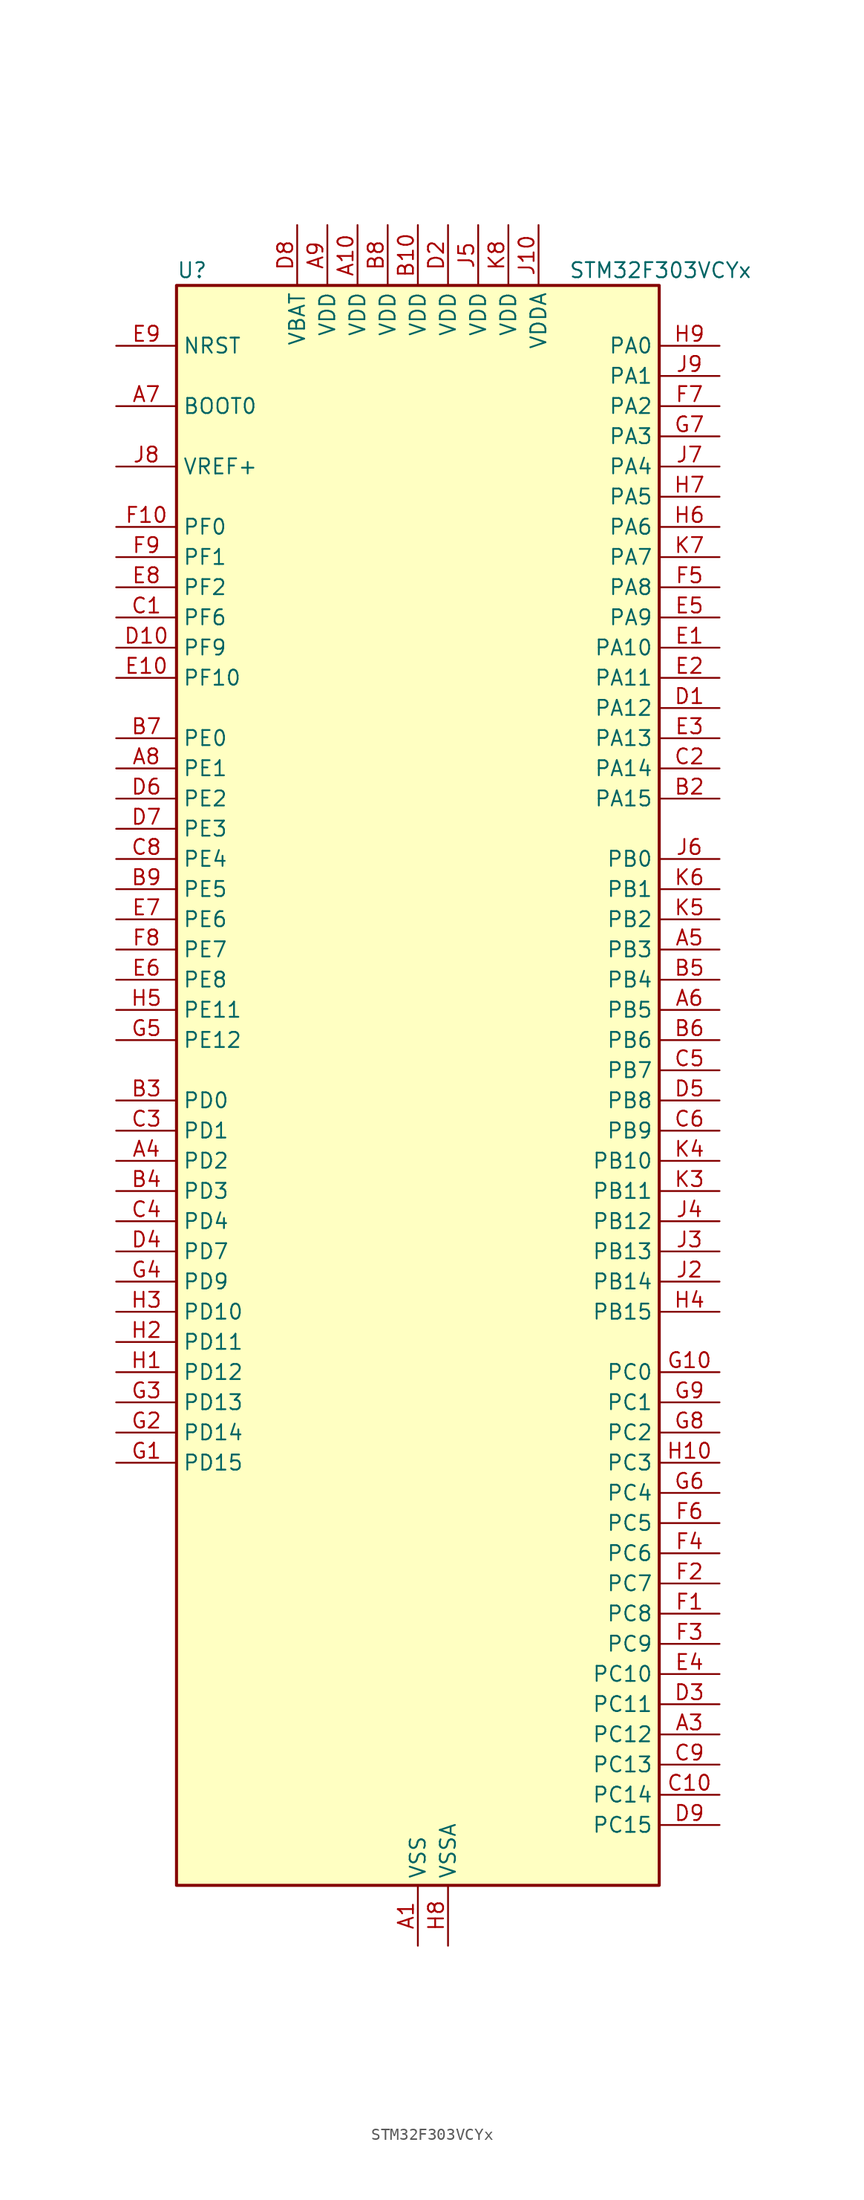
<source format=kicad_sym>
(kicad_symbol_lib
  (version 20241209)
  (generator "kicad_symbol_editor")
  (generator_version "9.0")
  (symbol "STM32F303VCYx"
    (property "Reference" "U"
      (at -20.32 69.85 0)
      (effects (font (size 1.27 1.27)) (justify left)))
    (property "Value" "STM32F303VCYx"
      (at 12.7 69.85 0)
      (effects (font (size 1.27 1.27)) (justify left)))
    (symbol "STM32F303VCYx_0_1"
      (rectangle (start -20.32 -66.04) (end 20.32 68.58) (stroke (width 0.254) (type default)) (fill (type background))))
    (symbol "STM32F303VCYx_1_1"
      (pin input line (at -25.4 63.5 0) (length 5.08) (name "NRST" (effects (font (size 1.27 1.27)))) (number "E9" (effects (font (size 1.27 1.27)))))
      (pin input line (at -25.4 58.42 0) (length 5.08) (name "BOOT0" (effects (font (size 1.27 1.27)))) (number "A7" (effects (font (size 1.27 1.27)))))
      (pin input line (at -25.4 53.34 0) (length 5.08) (name "VREF+" (effects (font (size 1.27 1.27)))) (number "J8" (effects (font (size 1.27 1.27)))))
      (pin bidirectional line (at -25.4 48.26 0) (length 5.08) (name "PF0" (effects (font (size 1.27 1.27)))) (number "F10" (effects (font (size 1.27 1.27)))) (alternate "I2C2_SDA" bidirectional line) (alternate "RCC_OSC_IN" bidirectional line) (alternate "TIM1_CH3N" bidirectional line))
      (pin bidirectional line (at -25.4 45.72 0) (length 5.08) (name "PF1" (effects (font (size 1.27 1.27)))) (number "F9" (effects (font (size 1.27 1.27)))) (alternate "I2C2_SCL" bidirectional line) (alternate "RCC_OSC_OUT" bidirectional line))
      (pin bidirectional line (at -25.4 43.18 0) (length 5.08) (name "PF2" (effects (font (size 1.27 1.27)))) (number "E8" (effects (font (size 1.27 1.27)))) (alternate "ADC1_IN10" bidirectional line) (alternate "ADC2_IN10" bidirectional line) (alternate "ADC3_EXTI2" bidirectional line) (alternate "ADC4_EXTI2" bidirectional line))
      (pin bidirectional line (at -25.4 40.64 0) (length 5.08) (name "PF6" (effects (font (size 1.27 1.27)))) (number "C1" (effects (font (size 1.27 1.27)))) (alternate "I2C2_SCL" bidirectional line) (alternate "TIM4_CH4" bidirectional line) (alternate "USART3_DE" bidirectional line) (alternate "USART3_RTS" bidirectional line))
      (pin bidirectional line (at -25.4 38.1 0) (length 5.08) (name "PF9" (effects (font (size 1.27 1.27)))) (number "D10" (effects (font (size 1.27 1.27)))) (alternate "DAC_EXTI9" bidirectional line) (alternate "SPI2_SCK" bidirectional line) (alternate "TIM15_CH1" bidirectional line))
      (pin bidirectional line (at -25.4 35.56 0) (length 5.08) (name "PF10" (effects (font (size 1.27 1.27)))) (number "E10" (effects (font (size 1.27 1.27)))) (alternate "SPI2_SCK" bidirectional line) (alternate "TIM15_CH2" bidirectional line))
      (pin bidirectional line (at -25.4 30.48 0) (length 5.08) (name "PE0" (effects (font (size 1.27 1.27)))) (number "B7" (effects (font (size 1.27 1.27)))) (alternate "TIM16_CH1" bidirectional line) (alternate "TIM4_ETR" bidirectional line) (alternate "USART1_TX" bidirectional line))
      (pin bidirectional line (at -25.4 27.94 0) (length 5.08) (name "PE1" (effects (font (size 1.27 1.27)))) (number "A8" (effects (font (size 1.27 1.27)))) (alternate "TIM17_CH1" bidirectional line) (alternate "USART1_RX" bidirectional line))
      (pin bidirectional line (at -25.4 25.4 0) (length 5.08) (name "PE2" (effects (font (size 1.27 1.27)))) (number "D6" (effects (font (size 1.27 1.27)))) (alternate "ADC3_EXTI2" bidirectional line) (alternate "ADC4_EXTI2" bidirectional line) (alternate "SYS_TRACECK" bidirectional line) (alternate "TIM3_CH1" bidirectional line) (alternate "TSC_G7_IO1" bidirectional line))
      (pin bidirectional line (at -25.4 22.86 0) (length 5.08) (name "PE3" (effects (font (size 1.27 1.27)))) (number "D7" (effects (font (size 1.27 1.27)))) (alternate "SYS_TRACED0" bidirectional line) (alternate "TIM3_CH2" bidirectional line) (alternate "TSC_G7_IO2" bidirectional line))
      (pin bidirectional line (at -25.4 20.32 0) (length 5.08) (name "PE4" (effects (font (size 1.27 1.27)))) (number "C8" (effects (font (size 1.27 1.27)))) (alternate "SYS_TRACED1" bidirectional line) (alternate "TIM3_CH3" bidirectional line) (alternate "TSC_G7_IO3" bidirectional line))
      (pin bidirectional line (at -25.4 17.78 0) (length 5.08) (name "PE5" (effects (font (size 1.27 1.27)))) (number "B9" (effects (font (size 1.27 1.27)))) (alternate "SYS_TRACED2" bidirectional line) (alternate "TIM3_CH4" bidirectional line) (alternate "TSC_G7_IO4" bidirectional line))
      (pin bidirectional line (at -25.4 15.24 0) (length 5.08) (name "PE6" (effects (font (size 1.27 1.27)))) (number "E7" (effects (font (size 1.27 1.27)))) (alternate "RTC_TAMP3" bidirectional line) (alternate "SYS_TRACED3" bidirectional line) (alternate "SYS_WKUP3" bidirectional line))
      (pin bidirectional line (at -25.4 12.7 0) (length 5.08) (name "PE7" (effects (font (size 1.27 1.27)))) (number "F8" (effects (font (size 1.27 1.27)))) (alternate "ADC3_IN13" bidirectional line) (alternate "COMP4_INP" bidirectional line) (alternate "TIM1_ETR" bidirectional line))
      (pin bidirectional line (at -25.4 10.16 0) (length 5.08) (name "PE8" (effects (font (size 1.27 1.27)))) (number "E6" (effects (font (size 1.27 1.27)))) (alternate "ADC3_IN6" bidirectional line) (alternate "ADC4_IN6" bidirectional line) (alternate "COMP4_INM" bidirectional line) (alternate "TIM1_CH1N" bidirectional line))
      (pin bidirectional line (at -25.4 7.62 0) (length 5.08) (name "PE11" (effects (font (size 1.27 1.27)))) (number "H5" (effects (font (size 1.27 1.27)))) (alternate "ADC1_EXTI11" bidirectional line) (alternate "ADC2_EXTI11" bidirectional line) (alternate "ADC3_IN15" bidirectional line) (alternate "TIM1_CH2" bidirectional line))
      (pin bidirectional line (at -25.4 5.08 0) (length 5.08) (name "PE12" (effects (font (size 1.27 1.27)))) (number "G5" (effects (font (size 1.27 1.27)))) (alternate "ADC3_IN16" bidirectional line) (alternate "TIM1_CH3N" bidirectional line))
      (pin bidirectional line (at -25.4 0 0) (length 5.08) (name "PD0" (effects (font (size 1.27 1.27)))) (number "B3" (effects (font (size 1.27 1.27)))) (alternate "CAN_RX" bidirectional line))
      (pin bidirectional line (at -25.4 -2.54 0) (length 5.08) (name "PD1" (effects (font (size 1.27 1.27)))) (number "C3" (effects (font (size 1.27 1.27)))) (alternate "CAN_TX" bidirectional line) (alternate "TIM8_BKIN2" bidirectional line) (alternate "TIM8_CH4" bidirectional line))
      (pin bidirectional line (at -25.4 -5.08 0) (length 5.08) (name "PD2" (effects (font (size 1.27 1.27)))) (number "A4" (effects (font (size 1.27 1.27)))) (alternate "ADC3_EXTI2" bidirectional line) (alternate "ADC4_EXTI2" bidirectional line) (alternate "TIM3_ETR" bidirectional line) (alternate "TIM8_BKIN" bidirectional line) (alternate "UART5_RX" bidirectional line))
      (pin bidirectional line (at -25.4 -7.62 0) (length 5.08) (name "PD3" (effects (font (size 1.27 1.27)))) (number "B4" (effects (font (size 1.27 1.27)))) (alternate "TIM2_CH1" bidirectional line) (alternate "TIM2_ETR" bidirectional line) (alternate "USART2_CTS" bidirectional line))
      (pin bidirectional line (at -25.4 -10.16 0) (length 5.08) (name "PD4" (effects (font (size 1.27 1.27)))) (number "C4" (effects (font (size 1.27 1.27)))) (alternate "TIM2_CH2" bidirectional line) (alternate "USART2_DE" bidirectional line) (alternate "USART2_RTS" bidirectional line))
      (pin bidirectional line (at -25.4 -12.7 0) (length 5.08) (name "PD7" (effects (font (size 1.27 1.27)))) (number "D4" (effects (font (size 1.27 1.27)))) (alternate "TIM2_CH3" bidirectional line) (alternate "USART2_CK" bidirectional line))
      (pin bidirectional line (at -25.4 -15.24 0) (length 5.08) (name "PD9" (effects (font (size 1.27 1.27)))) (number "G4" (effects (font (size 1.27 1.27)))) (alternate "ADC4_IN13" bidirectional line) (alternate "DAC_EXTI9" bidirectional line) (alternate "USART3_RX" bidirectional line))
      (pin bidirectional line (at -25.4 -17.78 0) (length 5.08) (name "PD10" (effects (font (size 1.27 1.27)))) (number "H3" (effects (font (size 1.27 1.27)))) (alternate "ADC3_IN7" bidirectional line) (alternate "ADC4_IN7" bidirectional line) (alternate "COMP6_INM" bidirectional line) (alternate "USART3_CK" bidirectional line))
      (pin bidirectional line (at -25.4 -20.32 0) (length 5.08) (name "PD11" (effects (font (size 1.27 1.27)))) (number "H2" (effects (font (size 1.27 1.27)))) (alternate "ADC1_EXTI11" bidirectional line) (alternate "ADC2_EXTI11" bidirectional line) (alternate "ADC3_IN8" bidirectional line) (alternate "ADC4_IN8" bidirectional line) (alternate "COMP6_INP" bidirectional line) (alternate "OPAMP4_VINP" bidirectional line) (alternate "OPAMP4_VINP_SEC" bidirectional line) (alternate "USART3_CTS" bidirectional line))
      (pin bidirectional line (at -25.4 -22.86 0) (length 5.08) (name "PD12" (effects (font (size 1.27 1.27)))) (number "H1" (effects (font (size 1.27 1.27)))) (alternate "ADC3_IN9" bidirectional line) (alternate "ADC4_IN9" bidirectional line) (alternate "COMP5_INP" bidirectional line) (alternate "TIM4_CH1" bidirectional line) (alternate "TSC_G8_IO1" bidirectional line) (alternate "USART3_DE" bidirectional line) (alternate "USART3_RTS" bidirectional line))
      (pin bidirectional line (at -25.4 -25.4 0) (length 5.08) (name "PD13" (effects (font (size 1.27 1.27)))) (number "G3" (effects (font (size 1.27 1.27)))) (alternate "ADC3_IN10" bidirectional line) (alternate "ADC4_IN10" bidirectional line) (alternate "COMP5_INM" bidirectional line) (alternate "TIM4_CH2" bidirectional line) (alternate "TSC_G8_IO2" bidirectional line))
      (pin bidirectional line (at -25.4 -27.94 0) (length 5.08) (name "PD14" (effects (font (size 1.27 1.27)))) (number "G2" (effects (font (size 1.27 1.27)))) (alternate "ADC3_IN11" bidirectional line) (alternate "ADC4_IN11" bidirectional line) (alternate "COMP3_INP" bidirectional line) (alternate "OPAMP2_VINP" bidirectional line) (alternate "OPAMP2_VINP_SEC" bidirectional line) (alternate "TIM4_CH3" bidirectional line) (alternate "TSC_G8_IO3" bidirectional line))
      (pin bidirectional line (at -25.4 -30.48 0) (length 5.08) (name "PD15" (effects (font (size 1.27 1.27)))) (number "G1" (effects (font (size 1.27 1.27)))) (alternate "ADC1_EXTI15" bidirectional line) (alternate "ADC2_EXTI15" bidirectional line) (alternate "COMP3_INM" bidirectional line) (alternate "SPI2_NSS" bidirectional line) (alternate "TIM4_CH4" bidirectional line) (alternate "TSC_G8_IO4" bidirectional line))
      (pin power_in line (at -10.16 73.66 270) (length 5.08) (name "VBAT" (effects (font (size 1.27 1.27)))) (number "D8" (effects (font (size 1.27 1.27)))))
      (pin power_in line (at -7.62 73.66 270) (length 5.08) (name "VDD" (effects (font (size 1.27 1.27)))) (number "A9" (effects (font (size 1.27 1.27)))))
      (pin power_in line (at -5.08 73.66 270) (length 5.08) (name "VDD" (effects (font (size 1.27 1.27)))) (number "A10" (effects (font (size 1.27 1.27)))))
      (pin power_in line (at -2.54 73.66 270) (length 5.08) (name "VDD" (effects (font (size 1.27 1.27)))) (number "B8" (effects (font (size 1.27 1.27)))))
      (pin power_in line (at 0 73.66 270) (length 5.08) (name "VDD" (effects (font (size 1.27 1.27)))) (number "B10" (effects (font (size 1.27 1.27)))))
      (pin power_in line (at 0 -71.12 90) (length 5.08) (name "VSS" (effects (font (size 1.27 1.27)))) (number "A1" (effects (font (size 1.27 1.27)))))
      (pin passive line (at 0 -71.12 90) (length 5.08) (hide yes) (name "VSS" (effects (font (size 1.27 1.27)))) (number "A2" (effects (font (size 1.27 1.27)))))
      (pin passive line (at 0 -71.12 90) (length 5.08) (hide yes) (name "VSS" (effects (font (size 1.27 1.27)))) (number "B1" (effects (font (size 1.27 1.27)))))
      (pin passive line (at 0 -71.12 90) (length 5.08) (hide yes) (name "VSS" (effects (font (size 1.27 1.27)))) (number "C7" (effects (font (size 1.27 1.27)))))
      (pin passive line (at 0 -71.12 90) (length 5.08) (hide yes) (name "VSS" (effects (font (size 1.27 1.27)))) (number "J1" (effects (font (size 1.27 1.27)))))
      (pin passive line (at 0 -71.12 90) (length 5.08) (hide yes) (name "VSS" (effects (font (size 1.27 1.27)))) (number "K1" (effects (font (size 1.27 1.27)))))
      (pin passive line (at 0 -71.12 90) (length 5.08) (hide yes) (name "VSS" (effects (font (size 1.27 1.27)))) (number "K10" (effects (font (size 1.27 1.27)))))
      (pin passive line (at 0 -71.12 90) (length 5.08) (hide yes) (name "VSS" (effects (font (size 1.27 1.27)))) (number "K2" (effects (font (size 1.27 1.27)))))
      (pin passive line (at 0 -71.12 90) (length 5.08) (hide yes) (name "VSS" (effects (font (size 1.27 1.27)))) (number "K9" (effects (font (size 1.27 1.27)))))
      (pin power_in line (at 2.54 73.66 270) (length 5.08) (name "VDD" (effects (font (size 1.27 1.27)))) (number "D2" (effects (font (size 1.27 1.27)))))
      (pin power_in line (at 2.54 -71.12 90) (length 5.08) (name "VSSA" (effects (font (size 1.27 1.27)))) (number "H8" (effects (font (size 1.27 1.27)))))
      (pin power_in line (at 5.08 73.66 270) (length 5.08) (name "VDD" (effects (font (size 1.27 1.27)))) (number "J5" (effects (font (size 1.27 1.27)))))
      (pin power_in line (at 7.62 73.66 270) (length 5.08) (name "VDD" (effects (font (size 1.27 1.27)))) (number "K8" (effects (font (size 1.27 1.27)))))
      (pin power_in line (at 10.16 73.66 270) (length 5.08) (name "VDDA" (effects (font (size 1.27 1.27)))) (number "J10" (effects (font (size 1.27 1.27)))))
      (pin bidirectional line (at 25.4 63.5 180) (length 5.08) (name "PA0" (effects (font (size 1.27 1.27)))) (number "H9" (effects (font (size 1.27 1.27)))) (alternate "ADC1_IN1" bidirectional line) (alternate "COMP1_INM" bidirectional line) (alternate "COMP1_OUT" bidirectional line) (alternate "COMP7_INP" bidirectional line) (alternate "RTC_TAMP2" bidirectional line) (alternate "SYS_WKUP1" bidirectional line) (alternate "TIM2_CH1" bidirectional line) (alternate "TIM2_ETR" bidirectional line) (alternate "TIM8_BKIN" bidirectional line) (alternate "TIM8_ETR" bidirectional line) (alternate "TSC_G1_IO1" bidirectional line) (alternate "USART2_CTS" bidirectional line))
      (pin bidirectional line (at 25.4 60.96 180) (length 5.08) (name "PA1" (effects (font (size 1.27 1.27)))) (number "J9" (effects (font (size 1.27 1.27)))) (alternate "ADC1_IN2" bidirectional line) (alternate "COMP1_INP" bidirectional line) (alternate "OPAMP1_VINP" bidirectional line) (alternate "OPAMP1_VINP_SEC" bidirectional line) (alternate "OPAMP3_VINP" bidirectional line) (alternate "OPAMP3_VINP_SEC" bidirectional line) (alternate "RTC_REFIN" bidirectional line) (alternate "TIM15_CH1N" bidirectional line) (alternate "TIM2_CH2" bidirectional line) (alternate "TSC_G1_IO2" bidirectional line) (alternate "USART2_DE" bidirectional line) (alternate "USART2_RTS" bidirectional line))
      (pin bidirectional line (at 25.4 58.42 180) (length 5.08) (name "PA2" (effects (font (size 1.27 1.27)))) (number "F7" (effects (font (size 1.27 1.27)))) (alternate "ADC1_IN3" bidirectional line) (alternate "ADC3_EXTI2" bidirectional line) (alternate "ADC4_EXTI2" bidirectional line) (alternate "COMP2_INM" bidirectional line) (alternate "COMP2_OUT" bidirectional line) (alternate "OPAMP1_VOUT" bidirectional line) (alternate "TIM15_CH1" bidirectional line) (alternate "TIM2_CH3" bidirectional line) (alternate "TSC_G1_IO3" bidirectional line) (alternate "USART2_TX" bidirectional line))
      (pin bidirectional line (at 25.4 55.88 180) (length 5.08) (name "PA3" (effects (font (size 1.27 1.27)))) (number "G7" (effects (font (size 1.27 1.27)))) (alternate "ADC1_IN4" bidirectional line) (alternate "COMP2_INP" bidirectional line) (alternate "OPAMP1_VINM" bidirectional line) (alternate "OPAMP1_VINM_SEC" bidirectional line) (alternate "OPAMP1_VINP" bidirectional line) (alternate "OPAMP1_VINP_SEC" bidirectional line) (alternate "TIM15_CH2" bidirectional line) (alternate "TIM2_CH4" bidirectional line) (alternate "TSC_G1_IO4" bidirectional line) (alternate "USART2_RX" bidirectional line))
      (pin bidirectional line (at 25.4 53.34 180) (length 5.08) (name "PA4" (effects (font (size 1.27 1.27)))) (number "J7" (effects (font (size 1.27 1.27)))) (alternate "ADC2_IN1" bidirectional line) (alternate "COMP1_INM" bidirectional line) (alternate "COMP2_INM" bidirectional line) (alternate "COMP3_INM" bidirectional line) (alternate "COMP4_INM" bidirectional line) (alternate "COMP5_INM" bidirectional line) (alternate "COMP6_INM" bidirectional line) (alternate "COMP7_INM" bidirectional line) (alternate "DAC_OUT1" bidirectional line) (alternate "I2S3_WS" bidirectional line) (alternate "OPAMP4_VINP" bidirectional line) (alternate "OPAMP4_VINP_SEC" bidirectional line) (alternate "SPI1_NSS" bidirectional line) (alternate "SPI3_NSS" bidirectional line) (alternate "TIM3_CH2" bidirectional line) (alternate "TSC_G2_IO1" bidirectional line) (alternate "USART2_CK" bidirectional line))
      (pin bidirectional line (at 25.4 50.8 180) (length 5.08) (name "PA5" (effects (font (size 1.27 1.27)))) (number "H7" (effects (font (size 1.27 1.27)))) (alternate "ADC2_IN2" bidirectional line) (alternate "COMP1_INM" bidirectional line) (alternate "COMP2_INM" bidirectional line) (alternate "COMP3_INM" bidirectional line) (alternate "COMP4_INM" bidirectional line) (alternate "COMP5_INM" bidirectional line) (alternate "COMP6_INM" bidirectional line) (alternate "COMP7_INM" bidirectional line) (alternate "DAC_OUT2" bidirectional line) (alternate "OPAMP1_VINP" bidirectional line) (alternate "OPAMP1_VINP_SEC" bidirectional line) (alternate "OPAMP2_VINM" bidirectional line) (alternate "OPAMP2_VINM_SEC" bidirectional line) (alternate "OPAMP3_VINP" bidirectional line) (alternate "OPAMP3_VINP_SEC" bidirectional line) (alternate "SPI1_SCK" bidirectional line) (alternate "TIM2_CH1" bidirectional line) (alternate "TIM2_ETR" bidirectional line) (alternate "TSC_G2_IO2" bidirectional line))
      (pin bidirectional line (at 25.4 48.26 180) (length 5.08) (name "PA6" (effects (font (size 1.27 1.27)))) (number "H6" (effects (font (size 1.27 1.27)))) (alternate "ADC2_IN3" bidirectional line) (alternate "COMP1_OUT" bidirectional line) (alternate "OPAMP2_VOUT" bidirectional line) (alternate "SPI1_MISO" bidirectional line) (alternate "TIM16_CH1" bidirectional line) (alternate "TIM1_BKIN" bidirectional line) (alternate "TIM3_CH1" bidirectional line) (alternate "TIM8_BKIN" bidirectional line) (alternate "TSC_G2_IO3" bidirectional line))
      (pin bidirectional line (at 25.4 45.72 180) (length 5.08) (name "PA7" (effects (font (size 1.27 1.27)))) (number "K7" (effects (font (size 1.27 1.27)))) (alternate "ADC2_IN4" bidirectional line) (alternate "COMP2_INP" bidirectional line) (alternate "COMP2_OUT" bidirectional line) (alternate "OPAMP1_VINP" bidirectional line) (alternate "OPAMP1_VINP_SEC" bidirectional line) (alternate "OPAMP2_VINP" bidirectional line) (alternate "OPAMP2_VINP_SEC" bidirectional line) (alternate "SPI1_MOSI" bidirectional line) (alternate "TIM17_CH1" bidirectional line) (alternate "TIM1_CH1N" bidirectional line) (alternate "TIM3_CH2" bidirectional line) (alternate "TIM8_CH1N" bidirectional line) (alternate "TSC_G2_IO4" bidirectional line))
      (pin bidirectional line (at 25.4 43.18 180) (length 5.08) (name "PA8" (effects (font (size 1.27 1.27)))) (number "F5" (effects (font (size 1.27 1.27)))) (alternate "COMP3_OUT" bidirectional line) (alternate "I2C2_SMBA" bidirectional line) (alternate "I2S2_MCK" bidirectional line) (alternate "RCC_MCO" bidirectional line) (alternate "TIM1_CH1" bidirectional line) (alternate "TIM4_ETR" bidirectional line) (alternate "USART1_CK" bidirectional line))
      (pin bidirectional line (at 25.4 40.64 180) (length 5.08) (name "PA9" (effects (font (size 1.27 1.27)))) (number "E5" (effects (font (size 1.27 1.27)))) (alternate "COMP5_OUT" bidirectional line) (alternate "DAC_EXTI9" bidirectional line) (alternate "I2C2_SCL" bidirectional line) (alternate "I2S3_MCK" bidirectional line) (alternate "TIM15_BKIN" bidirectional line) (alternate "TIM1_CH2" bidirectional line) (alternate "TIM2_CH3" bidirectional line) (alternate "TSC_G4_IO1" bidirectional line) (alternate "USART1_TX" bidirectional line))
      (pin bidirectional line (at 25.4 38.1 180) (length 5.08) (name "PA10" (effects (font (size 1.27 1.27)))) (number "E1" (effects (font (size 1.27 1.27)))) (alternate "COMP6_OUT" bidirectional line) (alternate "I2C2_SDA" bidirectional line) (alternate "TIM17_BKIN" bidirectional line) (alternate "TIM1_CH3" bidirectional line) (alternate "TIM2_CH4" bidirectional line) (alternate "TIM8_BKIN" bidirectional line) (alternate "TSC_G4_IO2" bidirectional line) (alternate "USART1_RX" bidirectional line))
      (pin bidirectional line (at 25.4 35.56 180) (length 5.08) (name "PA11" (effects (font (size 1.27 1.27)))) (number "E2" (effects (font (size 1.27 1.27)))) (alternate "ADC1_EXTI11" bidirectional line) (alternate "ADC2_EXTI11" bidirectional line) (alternate "CAN_RX" bidirectional line) (alternate "COMP1_OUT" bidirectional line) (alternate "TIM1_BKIN2" bidirectional line) (alternate "TIM1_CH1N" bidirectional line) (alternate "TIM1_CH4" bidirectional line) (alternate "TIM4_CH1" bidirectional line) (alternate "USART1_CTS" bidirectional line) (alternate "USB_DM" bidirectional line))
      (pin bidirectional line (at 25.4 33.02 180) (length 5.08) (name "PA12" (effects (font (size 1.27 1.27)))) (number "D1" (effects (font (size 1.27 1.27)))) (alternate "CAN_TX" bidirectional line) (alternate "COMP2_OUT" bidirectional line) (alternate "TIM16_CH1" bidirectional line) (alternate "TIM1_CH2N" bidirectional line) (alternate "TIM1_ETR" bidirectional line) (alternate "TIM4_CH2" bidirectional line) (alternate "USART1_DE" bidirectional line) (alternate "USART1_RTS" bidirectional line) (alternate "USB_DP" bidirectional line))
      (pin bidirectional line (at 25.4 30.48 180) (length 5.08) (name "PA13" (effects (font (size 1.27 1.27)))) (number "E3" (effects (font (size 1.27 1.27)))) (alternate "IR_OUT" bidirectional line) (alternate "SYS_JTMS-SWDIO" bidirectional line) (alternate "TIM16_CH1N" bidirectional line) (alternate "TIM4_CH3" bidirectional line) (alternate "TSC_G4_IO3" bidirectional line) (alternate "USART3_CTS" bidirectional line))
      (pin bidirectional line (at 25.4 27.94 180) (length 5.08) (name "PA14" (effects (font (size 1.27 1.27)))) (number "C2" (effects (font (size 1.27 1.27)))) (alternate "I2C1_SDA" bidirectional line) (alternate "SYS_JTCK-SWCLK" bidirectional line) (alternate "TIM1_BKIN" bidirectional line) (alternate "TIM8_CH2" bidirectional line) (alternate "TSC_G4_IO4" bidirectional line) (alternate "USART2_TX" bidirectional line))
      (pin bidirectional line (at 25.4 25.4 180) (length 5.08) (name "PA15" (effects (font (size 1.27 1.27)))) (number "B2" (effects (font (size 1.27 1.27)))) (alternate "ADC1_EXTI15" bidirectional line) (alternate "ADC2_EXTI15" bidirectional line) (alternate "I2C1_SCL" bidirectional line) (alternate "I2S3_WS" bidirectional line) (alternate "SPI1_NSS" bidirectional line) (alternate "SPI3_NSS" bidirectional line) (alternate "SYS_JTDI" bidirectional line) (alternate "TIM1_BKIN" bidirectional line) (alternate "TIM2_CH1" bidirectional line) (alternate "TIM2_ETR" bidirectional line) (alternate "TIM8_CH1" bidirectional line) (alternate "USART2_RX" bidirectional line))
      (pin bidirectional line (at 25.4 20.32 180) (length 5.08) (name "PB0" (effects (font (size 1.27 1.27)))) (number "J6" (effects (font (size 1.27 1.27)))) (alternate "ADC3_IN12" bidirectional line) (alternate "COMP4_INP" bidirectional line) (alternate "OPAMP2_VINP" bidirectional line) (alternate "OPAMP2_VINP_SEC" bidirectional line) (alternate "OPAMP3_VINP" bidirectional line) (alternate "OPAMP3_VINP_SEC" bidirectional line) (alternate "TIM1_CH2N" bidirectional line) (alternate "TIM3_CH3" bidirectional line) (alternate "TIM8_CH2N" bidirectional line) (alternate "TSC_G3_IO2" bidirectional line))
      (pin bidirectional line (at 25.4 17.78 180) (length 5.08) (name "PB1" (effects (font (size 1.27 1.27)))) (number "K6" (effects (font (size 1.27 1.27)))) (alternate "ADC3_IN1" bidirectional line) (alternate "COMP4_OUT" bidirectional line) (alternate "OPAMP3_VOUT" bidirectional line) (alternate "TIM1_CH3N" bidirectional line) (alternate "TIM3_CH4" bidirectional line) (alternate "TIM8_CH3N" bidirectional line) (alternate "TSC_G3_IO3" bidirectional line))
      (pin bidirectional line (at 25.4 15.24 180) (length 5.08) (name "PB2" (effects (font (size 1.27 1.27)))) (number "K5" (effects (font (size 1.27 1.27)))) (alternate "ADC2_IN12" bidirectional line) (alternate "ADC3_EXTI2" bidirectional line) (alternate "ADC4_EXTI2" bidirectional line) (alternate "COMP4_INM" bidirectional line) (alternate "OPAMP3_VINM" bidirectional line) (alternate "OPAMP3_VINM_SEC" bidirectional line) (alternate "TSC_G3_IO4" bidirectional line))
      (pin bidirectional line (at 25.4 12.7 180) (length 5.08) (name "PB3" (effects (font (size 1.27 1.27)))) (number "A5" (effects (font (size 1.27 1.27)))) (alternate "I2S3_CK" bidirectional line) (alternate "SPI1_SCK" bidirectional line) (alternate "SPI3_SCK" bidirectional line) (alternate "SYS_JTDO-TRACESWO" bidirectional line) (alternate "TIM2_CH2" bidirectional line) (alternate "TIM3_ETR" bidirectional line) (alternate "TIM4_ETR" bidirectional line) (alternate "TIM8_CH1N" bidirectional line) (alternate "TSC_G5_IO1" bidirectional line) (alternate "USART2_TX" bidirectional line))
      (pin bidirectional line (at 25.4 10.16 180) (length 5.08) (name "PB4" (effects (font (size 1.27 1.27)))) (number "B5" (effects (font (size 1.27 1.27)))) (alternate "I2S3_ext_SD" bidirectional line) (alternate "SPI1_MISO" bidirectional line) (alternate "SPI3_MISO" bidirectional line) (alternate "SYS_NJTRST" bidirectional line) (alternate "TIM16_CH1" bidirectional line) (alternate "TIM17_BKIN" bidirectional line) (alternate "TIM3_CH1" bidirectional line) (alternate "TIM8_CH2N" bidirectional line) (alternate "TSC_G5_IO2" bidirectional line) (alternate "USART2_RX" bidirectional line))
      (pin bidirectional line (at 25.4 7.62 180) (length 5.08) (name "PB5" (effects (font (size 1.27 1.27)))) (number "A6" (effects (font (size 1.27 1.27)))) (alternate "I2C1_SMBA" bidirectional line) (alternate "I2S3_SD" bidirectional line) (alternate "SPI1_MOSI" bidirectional line) (alternate "SPI3_MOSI" bidirectional line) (alternate "TIM16_BKIN" bidirectional line) (alternate "TIM17_CH1" bidirectional line) (alternate "TIM3_CH2" bidirectional line) (alternate "TIM8_CH3N" bidirectional line) (alternate "USART2_CK" bidirectional line))
      (pin bidirectional line (at 25.4 5.08 180) (length 5.08) (name "PB6" (effects (font (size 1.27 1.27)))) (number "B6" (effects (font (size 1.27 1.27)))) (alternate "I2C1_SCL" bidirectional line) (alternate "TIM16_CH1N" bidirectional line) (alternate "TIM4_CH1" bidirectional line) (alternate "TIM8_BKIN2" bidirectional line) (alternate "TIM8_CH1" bidirectional line) (alternate "TIM8_ETR" bidirectional line) (alternate "TSC_G5_IO3" bidirectional line) (alternate "USART1_TX" bidirectional line))
      (pin bidirectional line (at 25.4 2.54 180) (length 5.08) (name "PB7" (effects (font (size 1.27 1.27)))) (number "C5" (effects (font (size 1.27 1.27)))) (alternate "I2C1_SDA" bidirectional line) (alternate "TIM17_CH1N" bidirectional line) (alternate "TIM3_CH4" bidirectional line) (alternate "TIM4_CH2" bidirectional line) (alternate "TIM8_BKIN" bidirectional line) (alternate "TSC_G5_IO4" bidirectional line) (alternate "USART1_RX" bidirectional line))
      (pin bidirectional line (at 25.4 0 180) (length 5.08) (name "PB8" (effects (font (size 1.27 1.27)))) (number "D5" (effects (font (size 1.27 1.27)))) (alternate "CAN_RX" bidirectional line) (alternate "COMP1_OUT" bidirectional line) (alternate "I2C1_SCL" bidirectional line) (alternate "TIM16_CH1" bidirectional line) (alternate "TIM1_BKIN" bidirectional line) (alternate "TIM4_CH3" bidirectional line) (alternate "TIM8_CH2" bidirectional line) (alternate "TSC_SYNC" bidirectional line))
      (pin bidirectional line (at 25.4 -2.54 180) (length 5.08) (name "PB9" (effects (font (size 1.27 1.27)))) (number "C6" (effects (font (size 1.27 1.27)))) (alternate "CAN_TX" bidirectional line) (alternate "COMP2_OUT" bidirectional line) (alternate "DAC_EXTI9" bidirectional line) (alternate "I2C1_SDA" bidirectional line) (alternate "IR_OUT" bidirectional line) (alternate "TIM17_CH1" bidirectional line) (alternate "TIM4_CH4" bidirectional line) (alternate "TIM8_CH3" bidirectional line))
      (pin bidirectional line (at 25.4 -5.08 180) (length 5.08) (name "PB10" (effects (font (size 1.27 1.27)))) (number "K4" (effects (font (size 1.27 1.27)))) (alternate "COMP5_INM" bidirectional line) (alternate "OPAMP3_VINM" bidirectional line) (alternate "OPAMP3_VINM_SEC" bidirectional line) (alternate "OPAMP4_VINM" bidirectional line) (alternate "OPAMP4_VINM_SEC" bidirectional line) (alternate "TIM2_CH3" bidirectional line) (alternate "TSC_SYNC" bidirectional line) (alternate "USART3_TX" bidirectional line))
      (pin bidirectional line (at 25.4 -7.62 180) (length 5.08) (name "PB11" (effects (font (size 1.27 1.27)))) (number "K3" (effects (font (size 1.27 1.27)))) (alternate "ADC1_EXTI11" bidirectional line) (alternate "ADC2_EXTI11" bidirectional line) (alternate "COMP6_INP" bidirectional line) (alternate "OPAMP4_VINP" bidirectional line) (alternate "OPAMP4_VINP_SEC" bidirectional line) (alternate "TIM2_CH4" bidirectional line) (alternate "TSC_G6_IO1" bidirectional line) (alternate "USART3_RX" bidirectional line))
      (pin bidirectional line (at 25.4 -10.16 180) (length 5.08) (name "PB12" (effects (font (size 1.27 1.27)))) (number "J4" (effects (font (size 1.27 1.27)))) (alternate "ADC4_IN3" bidirectional line) (alternate "COMP3_INM" bidirectional line) (alternate "I2C2_SMBA" bidirectional line) (alternate "I2S2_WS" bidirectional line) (alternate "OPAMP4_VOUT" bidirectional line) (alternate "SPI2_NSS" bidirectional line) (alternate "TIM1_BKIN" bidirectional line) (alternate "TSC_G6_IO2" bidirectional line) (alternate "USART3_CK" bidirectional line))
      (pin bidirectional line (at 25.4 -12.7 180) (length 5.08) (name "PB13" (effects (font (size 1.27 1.27)))) (number "J3" (effects (font (size 1.27 1.27)))) (alternate "ADC3_IN5" bidirectional line) (alternate "COMP5_INP" bidirectional line) (alternate "I2S2_CK" bidirectional line) (alternate "OPAMP3_VINP" bidirectional line) (alternate "OPAMP3_VINP_SEC" bidirectional line) (alternate "OPAMP4_VINP" bidirectional line) (alternate "OPAMP4_VINP_SEC" bidirectional line) (alternate "SPI2_SCK" bidirectional line) (alternate "TIM1_CH1N" bidirectional line) (alternate "TSC_G6_IO3" bidirectional line) (alternate "USART3_CTS" bidirectional line))
      (pin bidirectional line (at 25.4 -15.24 180) (length 5.08) (name "PB14" (effects (font (size 1.27 1.27)))) (number "J2" (effects (font (size 1.27 1.27)))) (alternate "ADC4_IN4" bidirectional line) (alternate "COMP3_INP" bidirectional line) (alternate "I2S2_ext_SD" bidirectional line) (alternate "OPAMP2_VINP" bidirectional line) (alternate "OPAMP2_VINP_SEC" bidirectional line) (alternate "SPI2_MISO" bidirectional line) (alternate "TIM15_CH1" bidirectional line) (alternate "TIM1_CH2N" bidirectional line) (alternate "TSC_G6_IO4" bidirectional line) (alternate "USART3_DE" bidirectional line) (alternate "USART3_RTS" bidirectional line))
      (pin bidirectional line (at 25.4 -17.78 180) (length 5.08) (name "PB15" (effects (font (size 1.27 1.27)))) (number "H4" (effects (font (size 1.27 1.27)))) (alternate "ADC1_EXTI15" bidirectional line) (alternate "ADC2_EXTI15" bidirectional line) (alternate "ADC4_IN5" bidirectional line) (alternate "COMP6_INM" bidirectional line) (alternate "I2S2_SD" bidirectional line) (alternate "RTC_REFIN" bidirectional line) (alternate "SPI2_MOSI" bidirectional line) (alternate "TIM15_CH1N" bidirectional line) (alternate "TIM15_CH2" bidirectional line) (alternate "TIM1_CH3N" bidirectional line))
      (pin bidirectional line (at 25.4 -22.86 180) (length 5.08) (name "PC0" (effects (font (size 1.27 1.27)))) (number "G10" (effects (font (size 1.27 1.27)))) (alternate "ADC1_IN6" bidirectional line) (alternate "ADC2_IN6" bidirectional line) (alternate "COMP7_INM" bidirectional line))
      (pin bidirectional line (at 25.4 -25.4 180) (length 5.08) (name "PC1" (effects (font (size 1.27 1.27)))) (number "G9" (effects (font (size 1.27 1.27)))) (alternate "ADC1_IN7" bidirectional line) (alternate "ADC2_IN7" bidirectional line) (alternate "COMP7_INP" bidirectional line))
      (pin bidirectional line (at 25.4 -27.94 180) (length 5.08) (name "PC2" (effects (font (size 1.27 1.27)))) (number "G8" (effects (font (size 1.27 1.27)))) (alternate "ADC1_IN8" bidirectional line) (alternate "ADC2_IN8" bidirectional line) (alternate "ADC3_EXTI2" bidirectional line) (alternate "ADC4_EXTI2" bidirectional line) (alternate "COMP7_OUT" bidirectional line))
      (pin bidirectional line (at 25.4 -30.48 180) (length 5.08) (name "PC3" (effects (font (size 1.27 1.27)))) (number "H10" (effects (font (size 1.27 1.27)))) (alternate "ADC1_IN9" bidirectional line) (alternate "ADC2_IN9" bidirectional line) (alternate "TIM1_BKIN2" bidirectional line))
      (pin bidirectional line (at 25.4 -33.02 180) (length 5.08) (name "PC4" (effects (font (size 1.27 1.27)))) (number "G6" (effects (font (size 1.27 1.27)))) (alternate "ADC2_IN5" bidirectional line) (alternate "USART1_TX" bidirectional line))
      (pin bidirectional line (at 25.4 -35.56 180) (length 5.08) (name "PC5" (effects (font (size 1.27 1.27)))) (number "F6" (effects (font (size 1.27 1.27)))) (alternate "ADC2_IN11" bidirectional line) (alternate "OPAMP1_VINM" bidirectional line) (alternate "OPAMP1_VINM_SEC" bidirectional line) (alternate "OPAMP2_VINM" bidirectional line) (alternate "OPAMP2_VINM_SEC" bidirectional line) (alternate "TSC_G3_IO1" bidirectional line) (alternate "USART1_RX" bidirectional line))
      (pin bidirectional line (at 25.4 -38.1 180) (length 5.08) (name "PC6" (effects (font (size 1.27 1.27)))) (number "F4" (effects (font (size 1.27 1.27)))) (alternate "COMP6_OUT" bidirectional line) (alternate "I2S2_MCK" bidirectional line) (alternate "TIM3_CH1" bidirectional line) (alternate "TIM8_CH1" bidirectional line))
      (pin bidirectional line (at 25.4 -40.64 180) (length 5.08) (name "PC7" (effects (font (size 1.27 1.27)))) (number "F2" (effects (font (size 1.27 1.27)))) (alternate "COMP5_OUT" bidirectional line) (alternate "I2S3_MCK" bidirectional line) (alternate "TIM3_CH2" bidirectional line) (alternate "TIM8_CH2" bidirectional line))
      (pin bidirectional line (at 25.4 -43.18 180) (length 5.08) (name "PC8" (effects (font (size 1.27 1.27)))) (number "F1" (effects (font (size 1.27 1.27)))) (alternate "COMP3_OUT" bidirectional line) (alternate "TIM3_CH3" bidirectional line) (alternate "TIM8_CH3" bidirectional line))
      (pin bidirectional line (at 25.4 -45.72 180) (length 5.08) (name "PC9" (effects (font (size 1.27 1.27)))) (number "F3" (effects (font (size 1.27 1.27)))) (alternate "DAC_EXTI9" bidirectional line) (alternate "I2S_CKIN" bidirectional line) (alternate "TIM3_CH4" bidirectional line) (alternate "TIM8_BKIN2" bidirectional line) (alternate "TIM8_CH4" bidirectional line))
      (pin bidirectional line (at 25.4 -48.26 180) (length 5.08) (name "PC10" (effects (font (size 1.27 1.27)))) (number "E4" (effects (font (size 1.27 1.27)))) (alternate "I2S3_CK" bidirectional line) (alternate "SPI3_SCK" bidirectional line) (alternate "TIM8_CH1N" bidirectional line) (alternate "UART4_TX" bidirectional line) (alternate "USART3_TX" bidirectional line))
      (pin bidirectional line (at 25.4 -50.8 180) (length 5.08) (name "PC11" (effects (font (size 1.27 1.27)))) (number "D3" (effects (font (size 1.27 1.27)))) (alternate "ADC1_EXTI11" bidirectional line) (alternate "ADC2_EXTI11" bidirectional line) (alternate "I2S3_ext_SD" bidirectional line) (alternate "SPI3_MISO" bidirectional line) (alternate "TIM8_CH2N" bidirectional line) (alternate "UART4_RX" bidirectional line) (alternate "USART3_RX" bidirectional line))
      (pin bidirectional line (at 25.4 -53.34 180) (length 5.08) (name "PC12" (effects (font (size 1.27 1.27)))) (number "A3" (effects (font (size 1.27 1.27)))) (alternate "I2S3_SD" bidirectional line) (alternate "SPI3_MOSI" bidirectional line) (alternate "TIM8_CH3N" bidirectional line) (alternate "UART5_TX" bidirectional line) (alternate "USART3_CK" bidirectional line))
      (pin bidirectional line (at 25.4 -55.88 180) (length 5.08) (name "PC13" (effects (font (size 1.27 1.27)))) (number "C9" (effects (font (size 1.27 1.27)))) (alternate "RTC_OUT_ALARM" bidirectional line) (alternate "RTC_OUT_CALIB" bidirectional line) (alternate "RTC_TAMP1" bidirectional line) (alternate "RTC_TS" bidirectional line) (alternate "SYS_WKUP2" bidirectional line) (alternate "TIM1_CH1N" bidirectional line))
      (pin bidirectional line (at 25.4 -58.42 180) (length 5.08) (name "PC14" (effects (font (size 1.27 1.27)))) (number "C10" (effects (font (size 1.27 1.27)))) (alternate "RCC_OSC32_IN" bidirectional line))
      (pin bidirectional line (at 25.4 -60.96 180) (length 5.08) (name "PC15" (effects (font (size 1.27 1.27)))) (number "D9" (effects (font (size 1.27 1.27)))) (alternate "ADC1_EXTI15" bidirectional line) (alternate "ADC2_EXTI15" bidirectional line) (alternate "RCC_OSC32_OUT" bidirectional line)))))
</source>
